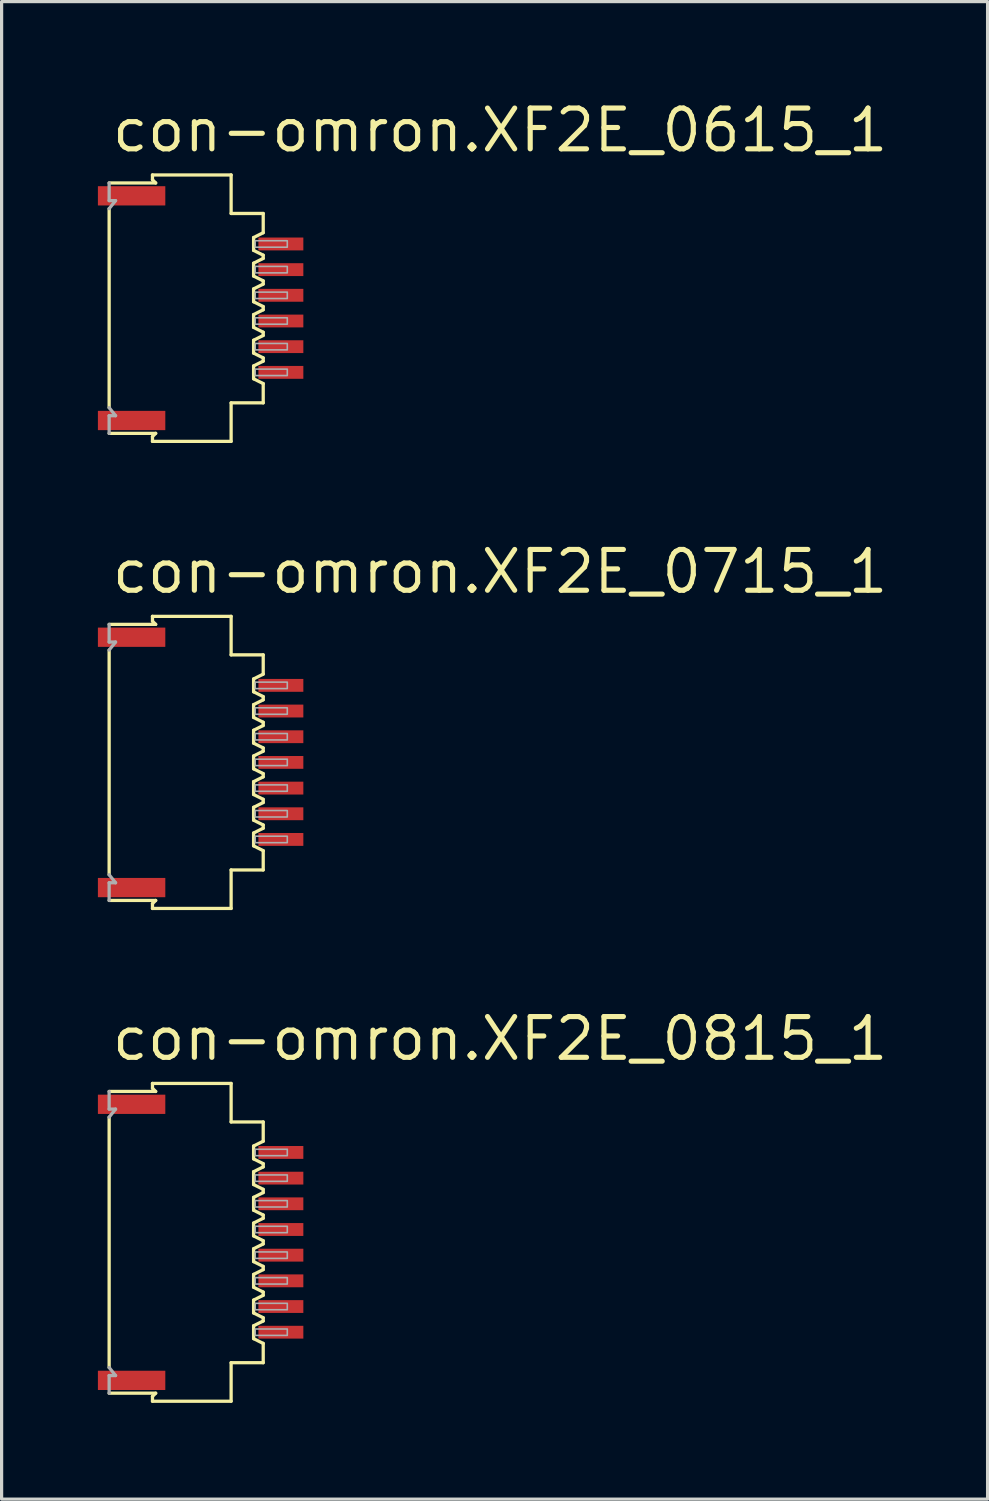
<source format=kicad_pcb>
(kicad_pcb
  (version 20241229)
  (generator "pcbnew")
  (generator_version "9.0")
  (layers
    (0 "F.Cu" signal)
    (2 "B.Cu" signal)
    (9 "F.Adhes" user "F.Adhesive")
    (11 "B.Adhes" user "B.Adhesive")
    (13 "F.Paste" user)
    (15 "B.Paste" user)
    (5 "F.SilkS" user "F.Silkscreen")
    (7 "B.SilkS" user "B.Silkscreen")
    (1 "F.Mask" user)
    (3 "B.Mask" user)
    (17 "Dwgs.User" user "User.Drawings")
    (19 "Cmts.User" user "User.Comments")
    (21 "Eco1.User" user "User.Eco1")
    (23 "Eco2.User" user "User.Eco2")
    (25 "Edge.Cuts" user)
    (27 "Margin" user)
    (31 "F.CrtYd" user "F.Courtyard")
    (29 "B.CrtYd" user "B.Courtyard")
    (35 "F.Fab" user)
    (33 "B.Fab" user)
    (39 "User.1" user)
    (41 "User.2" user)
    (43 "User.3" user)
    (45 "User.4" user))
  (footprint "con-omron.XF2E_0615_1"
    (layer "F.Cu")
    (at 3.16 6.55)
    (property "Reference" "con-omron.XF2E_0615_1" (at -2.8 -4.8 0) (layer "F.SilkS") (effects (font (size 1.27 1.27) (thickness 0.16)) (justify left bottom)))
    (attr smd)
    (fp_line (start -2.81 -3.1) (end -2.81 3.1) (stroke (width 0.102) (type default)) (layer "F.SilkS"))
    (fp_line (start -1.46 -4.15) (end -1.46 -4) (stroke (width 0.102) (type default)) (layer "F.SilkS"))
    (fp_line (start -1.46 -4) (end -1.36 -3.9) (stroke (width 0.102) (type default)) (layer "F.SilkS"))
    (fp_line (start -1.46 4) (end -1.46 4.15) (stroke (width 0.102) (type default)) (layer "F.SilkS"))
    (fp_line (start -1.36 -3.9) (end -2.81 -3.9) (stroke (width 0.102) (type default)) (layer "F.SilkS"))
    (fp_line (start -1.36 3.9) (end -2.81 3.9) (stroke (width 0.102) (type default)) (layer "F.SilkS"))
    (fp_line (start -1.36 3.9) (end -1.46 4) (stroke (width 0.102) (type default)) (layer "F.SilkS"))
    (fp_line (start 0.99 -4.15) (end -1.46 -4.15) (stroke (width 0.102) (type default)) (layer "F.SilkS"))
    (fp_line (start 0.99 -2.95) (end 0.99 -4.15) (stroke (width 0.102) (type default)) (layer "F.SilkS"))
    (fp_line (start 0.99 2.95) (end 1.99 2.95) (stroke (width 0.102) (type default)) (layer "F.SilkS"))
    (fp_line (start 0.99 4.15) (end -1.46 4.15) (stroke (width 0.102) (type default)) (layer "F.SilkS"))
    (fp_line (start 0.99 4.15) (end 0.99 2.95) (stroke (width 0.102) (type default)) (layer "F.SilkS"))
    (fp_line (start 1.69 -2.2) (end 1.99 -2.35) (stroke (width 0.102) (type default)) (layer "F.SilkS"))
    (fp_line (start 1.69 -1.8) (end 1.69 -2.2) (stroke (width 0.102) (type default)) (layer "F.SilkS"))
    (fp_line (start 1.69 -1.4) (end 1.69 -1) (stroke (width 0.102) (type default)) (layer "F.SilkS"))
    (fp_line (start 1.69 -1) (end 1.99 -0.85) (stroke (width 0.102) (type default)) (layer "F.SilkS"))
    (fp_line (start 1.69 -0.2) (end 1.69 -0.6) (stroke (width 0.102) (type default)) (layer "F.SilkS"))
    (fp_line (start 1.69 0.2) (end 1.69 0.6) (stroke (width 0.102) (type default)) (layer "F.SilkS"))
    (fp_line (start 1.69 0.6) (end 1.99 0.75) (stroke (width 0.102) (type default)) (layer "F.SilkS"))
    (fp_line (start 1.69 1.4) (end 1.69 1) (stroke (width 0.102) (type default)) (layer "F.SilkS"))
    (fp_line (start 1.69 1.8) (end 1.69 2.2) (stroke (width 0.102) (type default)) (layer "F.SilkS"))
    (fp_line (start 1.69 2.2) (end 1.99 2.35) (stroke (width 0.102) (type default)) (layer "F.SilkS"))
    (fp_line (start 1.99 -2.95) (end 0.99 -2.95) (stroke (width 0.102) (type default)) (layer "F.SilkS"))
    (fp_line (start 1.99 -2.35) (end 1.99 -2.95) (stroke (width 0.102) (type default)) (layer "F.SilkS"))
    (fp_line (start 1.99 -1.65) (end 1.69 -1.8) (stroke (width 0.102) (type default)) (layer "F.SilkS"))
    (fp_line (start 1.99 -1.65) (end 1.99 -1.55) (stroke (width 0.102) (type default)) (layer "F.SilkS"))
    (fp_line (start 1.99 -1.55) (end 1.69 -1.4) (stroke (width 0.102) (type default)) (layer "F.SilkS"))
    (fp_line (start 1.99 -0.85) (end 1.99 -0.75) (stroke (width 0.102) (type default)) (layer "F.SilkS"))
    (fp_line (start 1.99 -0.75) (end 1.69 -0.6) (stroke (width 0.102) (type default)) (layer "F.SilkS"))
    (fp_line (start 1.99 -0.05) (end 1.69 -0.2) (stroke (width 0.102) (type default)) (layer "F.SilkS"))
    (fp_line (start 1.99 -0.05) (end 1.99 0.05) (stroke (width 0.102) (type default)) (layer "F.SilkS"))
    (fp_line (start 1.99 0.05) (end 1.69 0.2) (stroke (width 0.102) (type default)) (layer "F.SilkS"))
    (fp_line (start 1.99 0.75) (end 1.99 0.85) (stroke (width 0.102) (type default)) (layer "F.SilkS"))
    (fp_line (start 1.99 0.85) (end 1.69 1) (stroke (width 0.102) (type default)) (layer "F.SilkS"))
    (fp_line (start 1.99 1.55) (end 1.69 1.4) (stroke (width 0.102) (type default)) (layer "F.SilkS"))
    (fp_line (start 1.99 1.55) (end 1.99 1.65) (stroke (width 0.102) (type default)) (layer "F.SilkS"))
    (fp_line (start 1.99 1.65) (end 1.69 1.8) (stroke (width 0.102) (type default)) (layer "F.SilkS"))
    (fp_line (start 1.99 2.95) (end 1.99 2.35) (stroke (width 0.102) (type default)) (layer "F.SilkS"))
    (fp_line (start -2.81 -3.9) (end -2.81 -3.35) (stroke (width 0.102) (type default)) (layer "F.Fab"))
    (fp_line (start -2.81 -3.35) (end -2.61 -3.35) (stroke (width 0.102) (type default)) (layer "F.Fab"))
    (fp_line (start -2.81 3.1) (end -2.61 3.35) (stroke (width 0.102) (type default)) (layer "F.Fab"))
    (fp_line (start -2.81 3.35) (end -2.81 3.9) (stroke (width 0.102) (type default)) (layer "F.Fab"))
    (fp_line (start -2.81 3.35) (end -2.61 3.35) (stroke (width 0.102) (type default)) (layer "F.Fab"))
    (fp_line (start -2.61 -3.35) (end -2.81 -3.1) (stroke (width 0.102) (type default)) (layer "F.Fab"))
    (fp_rect (start 1.74 -1.9) (end 2.74 -2.1) (stroke (width 0.05) (type default)) (fill no) (layer "F.Fab"))
    (fp_rect (start 1.74 -1.1) (end 2.74 -1.3) (stroke (width 0.05) (type default)) (fill no) (layer "F.Fab"))
    (fp_rect (start 1.74 -0.3) (end 2.74 -0.5) (stroke (width 0.05) (type default)) (fill no) (layer "F.Fab"))
    (fp_rect (start 1.74 0.5) (end 2.74 0.3) (stroke (width 0.05) (type default)) (fill no) (layer "F.Fab"))
    (fp_rect (start 1.74 1.3) (end 2.74 1.1) (stroke (width 0.05) (type default)) (fill no) (layer "F.Fab"))
    (fp_rect (start 1.74 2.1) (end 2.74 1.9) (stroke (width 0.05) (type default)) (fill no) (layer "F.Fab"))
    (pad "1" smd roundrect (at 2.54 -2) (size 1.4 0.4) (layers "F.Cu" "F.Mask" "F.Paste") (roundrect_rratio 0.01))
    (pad "2" smd roundrect (at 2.54 -1.2) (size 1.4 0.4) (layers "F.Cu" "F.Mask" "F.Paste") (roundrect_rratio 0.01))
    (pad "3" smd roundrect (at 2.54 -0.4) (size 1.4 0.4) (layers "F.Cu" "F.Mask" "F.Paste") (roundrect_rratio 0.01))
    (pad "4" smd roundrect (at 2.54 0.4) (size 1.4 0.4) (layers "F.Cu" "F.Mask" "F.Paste") (roundrect_rratio 0.01))
    (pad "5" smd roundrect (at 2.54 1.2) (size 1.4 0.4) (layers "F.Cu" "F.Mask" "F.Paste") (roundrect_rratio 0.01))
    (pad "6" smd roundrect (at 2.54 2) (size 1.4 0.4) (layers "F.Cu" "F.Mask" "F.Paste") (roundrect_rratio 0.01))
    (pad "M1" smd roundrect (at -2.11 -3.5) (size 2.1 0.6) (layers "F.Cu" "F.Mask" "F.Paste") (roundrect_rratio 0.01))
    (pad "M2" smd roundrect (at -2.11 3.5) (size 2.1 0.6) (layers "F.Cu" "F.Mask" "F.Paste") (roundrect_rratio 0.01)))
  (footprint "con-omron.XF2E_0715_1"
    (layer "F.Cu")
    (at 3.16 20.701)
    (property "Reference" "con-omron.XF2E_0715_1" (at -2.8 -5.2 0) (layer "F.SilkS") (effects (font (size 1.27 1.27) (thickness 0.16)) (justify left bottom)))
    (attr smd)
    (fp_line (start -2.81 -3.5) (end -2.81 3.5) (stroke (width 0.102) (type default)) (layer "F.SilkS"))
    (fp_line (start -1.46 -4.55) (end -1.46 -4.4) (stroke (width 0.102) (type default)) (layer "F.SilkS"))
    (fp_line (start -1.46 -4.4) (end -1.36 -4.3) (stroke (width 0.102) (type default)) (layer "F.SilkS"))
    (fp_line (start -1.46 4.4) (end -1.46 4.55) (stroke (width 0.102) (type default)) (layer "F.SilkS"))
    (fp_line (start -1.36 -4.3) (end -2.81 -4.3) (stroke (width 0.102) (type default)) (layer "F.SilkS"))
    (fp_line (start -1.36 4.3) (end -2.81 4.3) (stroke (width 0.102) (type default)) (layer "F.SilkS"))
    (fp_line (start -1.36 4.3) (end -1.46 4.4) (stroke (width 0.102) (type default)) (layer "F.SilkS"))
    (fp_line (start 0.99 -4.55) (end -1.46 -4.55) (stroke (width 0.102) (type default)) (layer "F.SilkS"))
    (fp_line (start 0.99 -3.35) (end 0.99 -4.55) (stroke (width 0.102) (type default)) (layer "F.SilkS"))
    (fp_line (start 0.99 3.35) (end 1.99 3.35) (stroke (width 0.102) (type default)) (layer "F.SilkS"))
    (fp_line (start 0.99 4.55) (end -1.46 4.55) (stroke (width 0.102) (type default)) (layer "F.SilkS"))
    (fp_line (start 0.99 4.55) (end 0.99 3.35) (stroke (width 0.102) (type default)) (layer "F.SilkS"))
    (fp_line (start 1.69 -2.6) (end 1.99 -2.75) (stroke (width 0.102) (type default)) (layer "F.SilkS"))
    (fp_line (start 1.69 -2.2) (end 1.69 -2.6) (stroke (width 0.102) (type default)) (layer "F.SilkS"))
    (fp_line (start 1.69 -1.8) (end 1.69 -1.4) (stroke (width 0.102) (type default)) (layer "F.SilkS"))
    (fp_line (start 1.69 -1.4) (end 1.99 -1.25) (stroke (width 0.102) (type default)) (layer "F.SilkS"))
    (fp_line (start 1.69 -0.6) (end 1.69 -1) (stroke (width 0.102) (type default)) (layer "F.SilkS"))
    (fp_line (start 1.69 -0.2) (end 1.69 0.2) (stroke (width 0.102) (type default)) (layer "F.SilkS"))
    (fp_line (start 1.69 0.2) (end 1.99 0.35) (stroke (width 0.102) (type default)) (layer "F.SilkS"))
    (fp_line (start 1.69 1) (end 1.69 0.6) (stroke (width 0.102) (type default)) (layer "F.SilkS"))
    (fp_line (start 1.69 1.4) (end 1.69 1.8) (stroke (width 0.102) (type default)) (layer "F.SilkS"))
    (fp_line (start 1.69 1.8) (end 1.99 1.95) (stroke (width 0.102) (type default)) (layer "F.SilkS"))
    (fp_line (start 1.69 2.6) (end 1.69 2.2) (stroke (width 0.102) (type default)) (layer "F.SilkS"))
    (fp_line (start 1.69 2.6) (end 1.99 2.75) (stroke (width 0.102) (type default)) (layer "F.SilkS"))
    (fp_line (start 1.99 -3.35) (end 0.99 -3.35) (stroke (width 0.102) (type default)) (layer "F.SilkS"))
    (fp_line (start 1.99 -2.75) (end 1.99 -3.35) (stroke (width 0.102) (type default)) (layer "F.SilkS"))
    (fp_line (start 1.99 -2.05) (end 1.69 -2.2) (stroke (width 0.102) (type default)) (layer "F.SilkS"))
    (fp_line (start 1.99 -2.05) (end 1.99 -1.95) (stroke (width 0.102) (type default)) (layer "F.SilkS"))
    (fp_line (start 1.99 -1.95) (end 1.69 -1.8) (stroke (width 0.102) (type default)) (layer "F.SilkS"))
    (fp_line (start 1.99 -1.25) (end 1.99 -1.15) (stroke (width 0.102) (type default)) (layer "F.SilkS"))
    (fp_line (start 1.99 -1.15) (end 1.69 -1) (stroke (width 0.102) (type default)) (layer "F.SilkS"))
    (fp_line (start 1.99 -0.45) (end 1.69 -0.6) (stroke (width 0.102) (type default)) (layer "F.SilkS"))
    (fp_line (start 1.99 -0.45) (end 1.99 -0.35) (stroke (width 0.102) (type default)) (layer "F.SilkS"))
    (fp_line (start 1.99 -0.35) (end 1.69 -0.2) (stroke (width 0.102) (type default)) (layer "F.SilkS"))
    (fp_line (start 1.99 0.35) (end 1.99 0.45) (stroke (width 0.102) (type default)) (layer "F.SilkS"))
    (fp_line (start 1.99 0.45) (end 1.69 0.6) (stroke (width 0.102) (type default)) (layer "F.SilkS"))
    (fp_line (start 1.99 1.15) (end 1.69 1) (stroke (width 0.102) (type default)) (layer "F.SilkS"))
    (fp_line (start 1.99 1.15) (end 1.99 1.25) (stroke (width 0.102) (type default)) (layer "F.SilkS"))
    (fp_line (start 1.99 1.25) (end 1.69 1.4) (stroke (width 0.102) (type default)) (layer "F.SilkS"))
    (fp_line (start 1.99 1.95) (end 1.99 2.05) (stroke (width 0.102) (type default)) (layer "F.SilkS"))
    (fp_line (start 1.99 2.05) (end 1.69 2.2) (stroke (width 0.102) (type default)) (layer "F.SilkS"))
    (fp_line (start 1.99 3.35) (end 1.99 2.75) (stroke (width 0.102) (type default)) (layer "F.SilkS"))
    (fp_line (start -2.81 -4.3) (end -2.81 -3.75) (stroke (width 0.102) (type default)) (layer "F.Fab"))
    (fp_line (start -2.81 -3.75) (end -2.61 -3.75) (stroke (width 0.102) (type default)) (layer "F.Fab"))
    (fp_line (start -2.81 3.5) (end -2.61 3.75) (stroke (width 0.102) (type default)) (layer "F.Fab"))
    (fp_line (start -2.81 3.75) (end -2.81 4.3) (stroke (width 0.102) (type default)) (layer "F.Fab"))
    (fp_line (start -2.81 3.75) (end -2.61 3.75) (stroke (width 0.102) (type default)) (layer "F.Fab"))
    (fp_line (start -2.61 -3.75) (end -2.81 -3.5) (stroke (width 0.102) (type default)) (layer "F.Fab"))
    (fp_rect (start 1.74 -2.3) (end 2.74 -2.5) (stroke (width 0.05) (type default)) (fill no) (layer "F.Fab"))
    (fp_rect (start 1.74 -1.5) (end 2.74 -1.7) (stroke (width 0.05) (type default)) (fill no) (layer "F.Fab"))
    (fp_rect (start 1.74 -0.7) (end 2.74 -0.9) (stroke (width 0.05) (type default)) (fill no) (layer "F.Fab"))
    (fp_rect (start 1.74 0.1) (end 2.74 -0.1) (stroke (width 0.05) (type default)) (fill no) (layer "F.Fab"))
    (fp_rect (start 1.74 0.9) (end 2.74 0.7) (stroke (width 0.05) (type default)) (fill no) (layer "F.Fab"))
    (fp_rect (start 1.74 1.7) (end 2.74 1.5) (stroke (width 0.05) (type default)) (fill no) (layer "F.Fab"))
    (fp_rect (start 1.74 2.5) (end 2.74 2.3) (stroke (width 0.05) (type default)) (fill no) (layer "F.Fab"))
    (pad "1" smd roundrect (at 2.54 -2.4) (size 1.4 0.4) (layers "F.Cu" "F.Mask" "F.Paste") (roundrect_rratio 0.01))
    (pad "2" smd roundrect (at 2.54 -1.6) (size 1.4 0.4) (layers "F.Cu" "F.Mask" "F.Paste") (roundrect_rratio 0.01))
    (pad "3" smd roundrect (at 2.54 -0.8) (size 1.4 0.4) (layers "F.Cu" "F.Mask" "F.Paste") (roundrect_rratio 0.01))
    (pad "4" smd roundrect (at 2.54 0) (size 1.4 0.4) (layers "F.Cu" "F.Mask" "F.Paste") (roundrect_rratio 0.01))
    (pad "5" smd roundrect (at 2.54 0.8) (size 1.4 0.4) (layers "F.Cu" "F.Mask" "F.Paste") (roundrect_rratio 0.01))
    (pad "6" smd roundrect (at 2.54 1.6) (size 1.4 0.4) (layers "F.Cu" "F.Mask" "F.Paste") (roundrect_rratio 0.01))
    (pad "7" smd roundrect (at 2.54 2.4) (size 1.4 0.4) (layers "F.Cu" "F.Mask" "F.Paste") (roundrect_rratio 0.01))
    (pad "M1" smd roundrect (at -2.11 -3.9) (size 2.1 0.6) (layers "F.Cu" "F.Mask" "F.Paste") (roundrect_rratio 0.01))
    (pad "M2" smd roundrect (at -2.11 3.9) (size 2.1 0.6) (layers "F.Cu" "F.Mask" "F.Paste") (roundrect_rratio 0.01)))
  (footprint "con-omron.XF2E_0815_1"
    (layer "F.Cu")
    (at 3.16 35.652)
    (property "Reference" "con-omron.XF2E_0815_1" (at -2.8 -5.6 0) (layer "F.SilkS") (effects (font (size 1.27 1.27) (thickness 0.16)) (justify left bottom)))
    (attr smd)
    (fp_line (start -2.81 -3.9) (end -2.81 3.9) (stroke (width 0.102) (type default)) (layer "F.SilkS"))
    (fp_line (start -1.46 -4.95) (end -1.46 -4.8) (stroke (width 0.102) (type default)) (layer "F.SilkS"))
    (fp_line (start -1.46 -4.8) (end -1.36 -4.7) (stroke (width 0.102) (type default)) (layer "F.SilkS"))
    (fp_line (start -1.46 4.8) (end -1.46 4.95) (stroke (width 0.102) (type default)) (layer "F.SilkS"))
    (fp_line (start -1.36 -4.7) (end -2.81 -4.7) (stroke (width 0.102) (type default)) (layer "F.SilkS"))
    (fp_line (start -1.36 4.7) (end -2.81 4.7) (stroke (width 0.102) (type default)) (layer "F.SilkS"))
    (fp_line (start -1.36 4.7) (end -1.46 4.8) (stroke (width 0.102) (type default)) (layer "F.SilkS"))
    (fp_line (start 0.99 -4.95) (end -1.46 -4.95) (stroke (width 0.102) (type default)) (layer "F.SilkS"))
    (fp_line (start 0.99 -3.75) (end 0.99 -4.95) (stroke (width 0.102) (type default)) (layer "F.SilkS"))
    (fp_line (start 0.99 3.75) (end 1.99 3.75) (stroke (width 0.102) (type default)) (layer "F.SilkS"))
    (fp_line (start 0.99 4.95) (end -1.46 4.95) (stroke (width 0.102) (type default)) (layer "F.SilkS"))
    (fp_line (start 0.99 4.95) (end 0.99 3.75) (stroke (width 0.102) (type default)) (layer "F.SilkS"))
    (fp_line (start 1.69 -3) (end 1.99 -3.15) (stroke (width 0.102) (type default)) (layer "F.SilkS"))
    (fp_line (start 1.69 -2.6) (end 1.69 -3) (stroke (width 0.102) (type default)) (layer "F.SilkS"))
    (fp_line (start 1.69 -2.2) (end 1.69 -1.8) (stroke (width 0.102) (type default)) (layer "F.SilkS"))
    (fp_line (start 1.69 -1.8) (end 1.99 -1.65) (stroke (width 0.102) (type default)) (layer "F.SilkS"))
    (fp_line (start 1.69 -1) (end 1.69 -1.4) (stroke (width 0.102) (type default)) (layer "F.SilkS"))
    (fp_line (start 1.69 -0.6) (end 1.69 -0.2) (stroke (width 0.102) (type default)) (layer "F.SilkS"))
    (fp_line (start 1.69 -0.2) (end 1.99 -0.05) (stroke (width 0.102) (type default)) (layer "F.SilkS"))
    (fp_line (start 1.69 0.6) (end 1.69 0.2) (stroke (width 0.102) (type default)) (layer "F.SilkS"))
    (fp_line (start 1.69 1) (end 1.69 1.4) (stroke (width 0.102) (type default)) (layer "F.SilkS"))
    (fp_line (start 1.69 1.4) (end 1.99 1.55) (stroke (width 0.102) (type default)) (layer "F.SilkS"))
    (fp_line (start 1.69 2.2) (end 1.69 1.8) (stroke (width 0.102) (type default)) (layer "F.SilkS"))
    (fp_line (start 1.69 2.6) (end 1.69 3) (stroke (width 0.102) (type default)) (layer "F.SilkS"))
    (fp_line (start 1.69 3) (end 1.99 3.15) (stroke (width 0.102) (type default)) (layer "F.SilkS"))
    (fp_line (start 1.99 -3.75) (end 0.99 -3.75) (stroke (width 0.102) (type default)) (layer "F.SilkS"))
    (fp_line (start 1.99 -3.15) (end 1.99 -3.75) (stroke (width 0.102) (type default)) (layer "F.SilkS"))
    (fp_line (start 1.99 -2.45) (end 1.69 -2.6) (stroke (width 0.102) (type default)) (layer "F.SilkS"))
    (fp_line (start 1.99 -2.45) (end 1.99 -2.35) (stroke (width 0.102) (type default)) (layer "F.SilkS"))
    (fp_line (start 1.99 -2.35) (end 1.69 -2.2) (stroke (width 0.102) (type default)) (layer "F.SilkS"))
    (fp_line (start 1.99 -1.65) (end 1.99 -1.55) (stroke (width 0.102) (type default)) (layer "F.SilkS"))
    (fp_line (start 1.99 -1.55) (end 1.69 -1.4) (stroke (width 0.102) (type default)) (layer "F.SilkS"))
    (fp_line (start 1.99 -0.85) (end 1.69 -1) (stroke (width 0.102) (type default)) (layer "F.SilkS"))
    (fp_line (start 1.99 -0.85) (end 1.99 -0.75) (stroke (width 0.102) (type default)) (layer "F.SilkS"))
    (fp_line (start 1.99 -0.75) (end 1.69 -0.6) (stroke (width 0.102) (type default)) (layer "F.SilkS"))
    (fp_line (start 1.99 -0.05) (end 1.99 0.05) (stroke (width 0.102) (type default)) (layer "F.SilkS"))
    (fp_line (start 1.99 0.05) (end 1.69 0.2) (stroke (width 0.102) (type default)) (layer "F.SilkS"))
    (fp_line (start 1.99 0.75) (end 1.69 0.6) (stroke (width 0.102) (type default)) (layer "F.SilkS"))
    (fp_line (start 1.99 0.75) (end 1.99 0.85) (stroke (width 0.102) (type default)) (layer "F.SilkS"))
    (fp_line (start 1.99 0.85) (end 1.69 1) (stroke (width 0.102) (type default)) (layer "F.SilkS"))
    (fp_line (start 1.99 1.55) (end 1.99 1.65) (stroke (width 0.102) (type default)) (layer "F.SilkS"))
    (fp_line (start 1.99 1.65) (end 1.69 1.8) (stroke (width 0.102) (type default)) (layer "F.SilkS"))
    (fp_line (start 1.99 2.35) (end 1.69 2.2) (stroke (width 0.102) (type default)) (layer "F.SilkS"))
    (fp_line (start 1.99 2.35) (end 1.99 2.45) (stroke (width 0.102) (type default)) (layer "F.SilkS"))
    (fp_line (start 1.99 2.45) (end 1.69 2.6) (stroke (width 0.102) (type default)) (layer "F.SilkS"))
    (fp_line (start 1.99 3.75) (end 1.99 3.15) (stroke (width 0.102) (type default)) (layer "F.SilkS"))
    (fp_line (start -2.81 -4.7) (end -2.81 -4.15) (stroke (width 0.102) (type default)) (layer "F.Fab"))
    (fp_line (start -2.81 -4.15) (end -2.61 -4.15) (stroke (width 0.102) (type default)) (layer "F.Fab"))
    (fp_line (start -2.81 3.9) (end -2.61 4.15) (stroke (width 0.102) (type default)) (layer "F.Fab"))
    (fp_line (start -2.81 4.15) (end -2.81 4.7) (stroke (width 0.102) (type default)) (layer "F.Fab"))
    (fp_line (start -2.81 4.15) (end -2.61 4.15) (stroke (width 0.102) (type default)) (layer "F.Fab"))
    (fp_line (start -2.61 -4.15) (end -2.81 -3.9) (stroke (width 0.102) (type default)) (layer "F.Fab"))
    (fp_rect (start 1.74 -2.7) (end 2.74 -2.9) (stroke (width 0.05) (type default)) (fill no) (layer "F.Fab"))
    (fp_rect (start 1.74 -1.9) (end 2.74 -2.1) (stroke (width 0.05) (type default)) (fill no) (layer "F.Fab"))
    (fp_rect (start 1.74 -1.1) (end 2.74 -1.3) (stroke (width 0.05) (type default)) (fill no) (layer "F.Fab"))
    (fp_rect (start 1.74 -0.3) (end 2.74 -0.5) (stroke (width 0.05) (type default)) (fill no) (layer "F.Fab"))
    (fp_rect (start 1.74 0.5) (end 2.74 0.3) (stroke (width 0.05) (type default)) (fill no) (layer "F.Fab"))
    (fp_rect (start 1.74 1.3) (end 2.74 1.1) (stroke (width 0.05) (type default)) (fill no) (layer "F.Fab"))
    (fp_rect (start 1.74 2.1) (end 2.74 1.9) (stroke (width 0.05) (type default)) (fill no) (layer "F.Fab"))
    (fp_rect (start 1.74 2.9) (end 2.74 2.7) (stroke (width 0.05) (type default)) (fill no) (layer "F.Fab"))
    (pad "1" smd roundrect (at 2.54 -2.8) (size 1.4 0.4) (layers "F.Cu" "F.Mask" "F.Paste") (roundrect_rratio 0.01))
    (pad "2" smd roundrect (at 2.54 -2) (size 1.4 0.4) (layers "F.Cu" "F.Mask" "F.Paste") (roundrect_rratio 0.01))
    (pad "3" smd roundrect (at 2.54 -1.2) (size 1.4 0.4) (layers "F.Cu" "F.Mask" "F.Paste") (roundrect_rratio 0.01))
    (pad "4" smd roundrect (at 2.54 -0.4) (size 1.4 0.4) (layers "F.Cu" "F.Mask" "F.Paste") (roundrect_rratio 0.01))
    (pad "5" smd roundrect (at 2.54 0.4) (size 1.4 0.4) (layers "F.Cu" "F.Mask" "F.Paste") (roundrect_rratio 0.01))
    (pad "6" smd roundrect (at 2.54 1.2) (size 1.4 0.4) (layers "F.Cu" "F.Mask" "F.Paste") (roundrect_rratio 0.01))
    (pad "7" smd roundrect (at 2.54 2) (size 1.4 0.4) (layers "F.Cu" "F.Mask" "F.Paste") (roundrect_rratio 0.01))
    (pad "8" smd roundrect (at 2.54 2.8) (size 1.4 0.4) (layers "F.Cu" "F.Mask" "F.Paste") (roundrect_rratio 0.01))
    (pad "M1" smd roundrect (at -2.11 -4.3) (size 2.1 0.6) (layers "F.Cu" "F.Mask" "F.Paste") (roundrect_rratio 0.01))
    (pad "M2" smd roundrect (at -2.11 4.3) (size 2.1 0.6) (layers "F.Cu" "F.Mask" "F.Paste") (roundrect_rratio 0.01)))
  (gr_rect
    (start -3 -3)
    (end 27.716 43.652)
    (stroke (width 0.1) (type default))
    (fill no)
    (layer "Edge.Cuts")))
</source>
